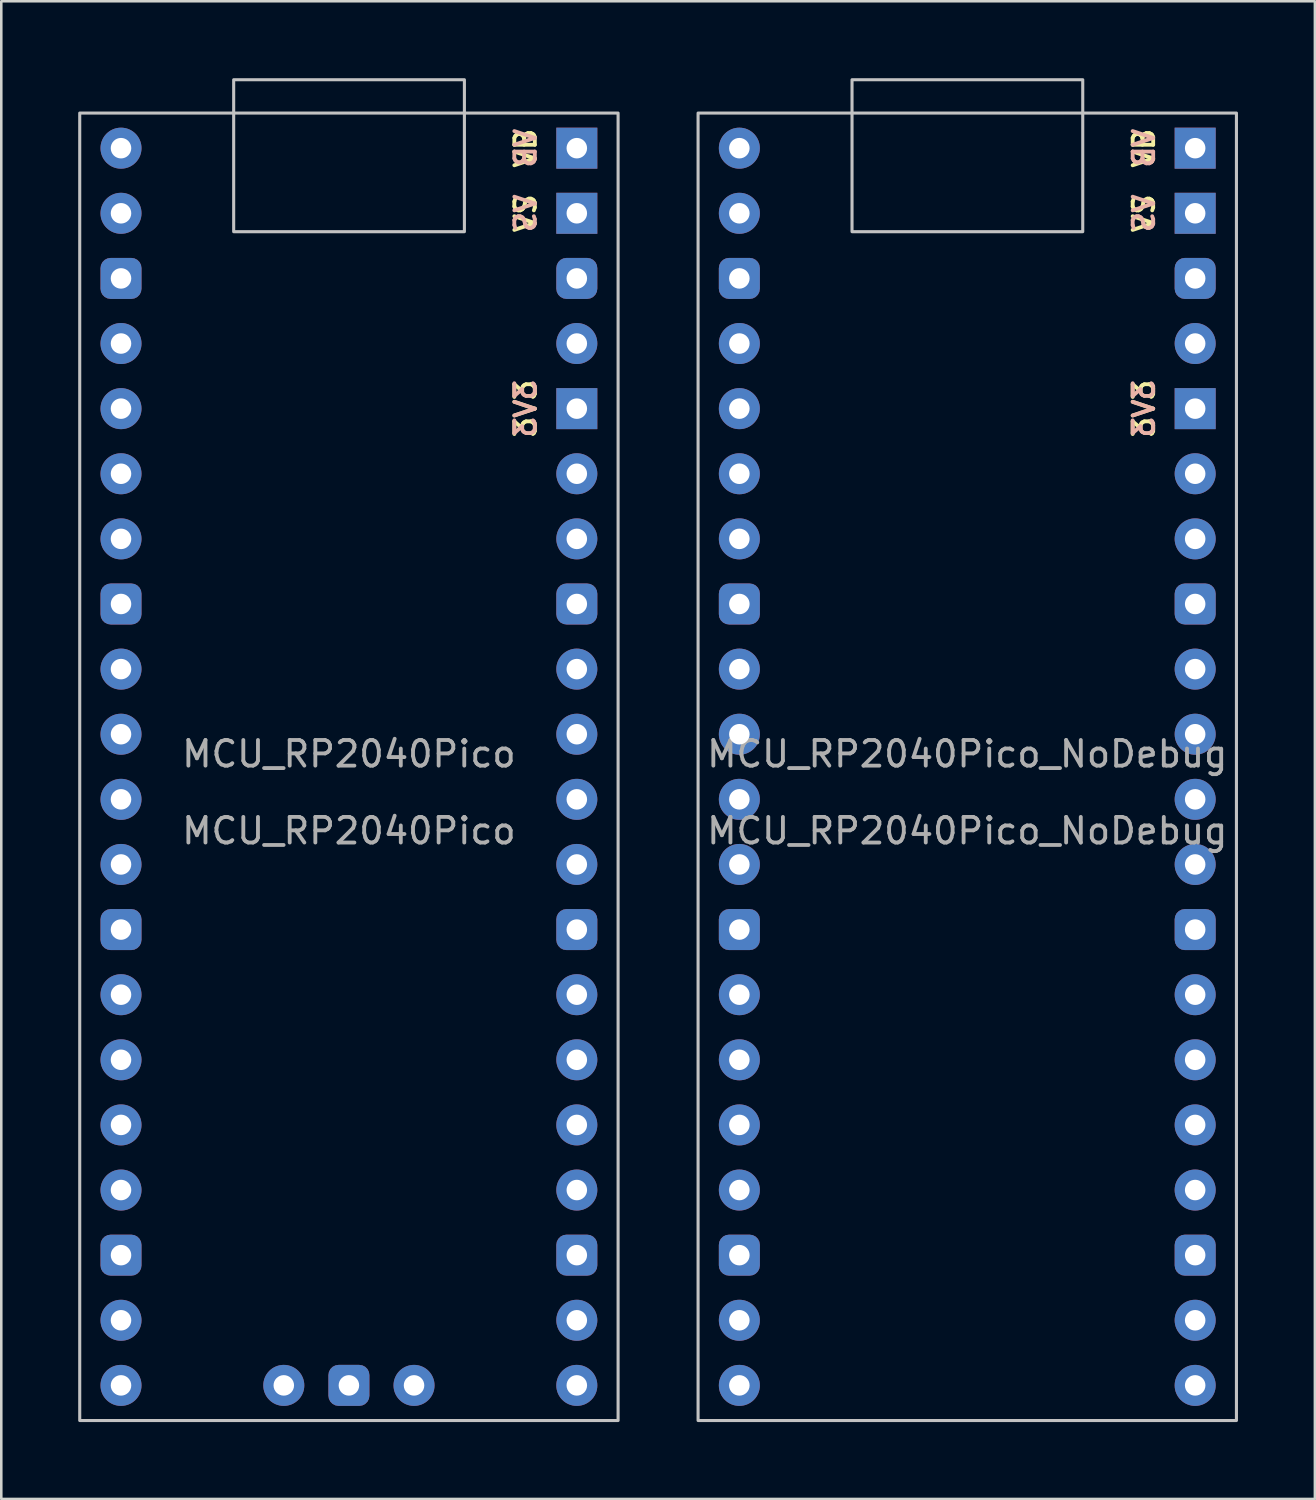
<source format=kicad_pcb>
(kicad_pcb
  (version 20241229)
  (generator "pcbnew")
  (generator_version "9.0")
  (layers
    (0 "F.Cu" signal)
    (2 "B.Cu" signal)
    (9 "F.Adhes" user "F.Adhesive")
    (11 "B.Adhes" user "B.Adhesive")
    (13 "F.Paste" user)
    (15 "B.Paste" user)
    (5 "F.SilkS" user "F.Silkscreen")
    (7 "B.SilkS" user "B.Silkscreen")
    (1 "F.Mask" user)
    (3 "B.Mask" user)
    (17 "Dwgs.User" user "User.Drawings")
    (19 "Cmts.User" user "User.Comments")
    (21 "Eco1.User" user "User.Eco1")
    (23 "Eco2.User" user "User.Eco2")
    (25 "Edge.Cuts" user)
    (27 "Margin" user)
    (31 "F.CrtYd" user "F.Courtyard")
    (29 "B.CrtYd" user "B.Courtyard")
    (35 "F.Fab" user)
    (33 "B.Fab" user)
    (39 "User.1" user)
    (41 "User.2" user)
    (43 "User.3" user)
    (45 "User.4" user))
  (footprint "MCU_RP2040Pico_NoDebug"
    (layer "F.Cu")
    (at 34.68 26.86)
    (property "Reference" "MCU_RP2040Pico_NoDebug" (at 0 -0.5 0) (unlocked yes) (layer "F.Fab") (effects (font (size 1 1) (thickness 0.15))))
    (attr through_hole)
    (fp_rect (start -10.5 -25.5) (end 10.5 25.5) (stroke (width 0.12) (type default)) (fill no) (layer "Dwgs.User"))
    (fp_rect (start -4.495 -20.872) (end 4.505 -26.8) (stroke (width 0.12) (type default)) (fill no) (layer "Dwgs.User"))
    (fp_text user "3V3" (at 6.89 -13.97 90) (layer "F.SilkS") (effects (font (size 0.8 0.8) (thickness 0.15))))
    (fp_text user "VB" (at 6.89 -24.13 90) (layer "F.SilkS") (effects (font (size 0.8 0.8) (thickness 0.15))))
    (fp_text user "VS" (at 6.89 -21.59 90) (layer "F.SilkS") (effects (font (size 0.8 0.8) (thickness 0.15))))
    (fp_text user "VS" (at 6.89 -21.59 270) (layer "B.SilkS") (effects (font (size 0.8 0.8) (thickness 0.15)) (justify mirror)))
    (fp_text user "3V3" (at 6.89 -13.97 270) (layer "B.SilkS") (effects (font (size 0.8 0.8) (thickness 0.15)) (justify mirror)))
    (fp_text user "VB" (at 6.89 -24.13 270) (layer "B.SilkS") (effects (font (size 0.8 0.8) (thickness 0.15)) (justify mirror)))
    (fp_text user "${REFERENCE}" (at 0 2.5 0) (unlocked yes) (layer "F.Fab") (effects (font (size 1 1) (thickness 0.15))))
    (pad "1" thru_hole circle (at -8.89 -24.13) (size 1.6 1.6) (drill 0.8) (layers "*.Cu" "*.Mask"))
    (pad "2" thru_hole circle (at -8.89 -21.59) (size 1.6 1.6) (drill 0.8) (layers "*.Cu" "*.Mask"))
    (pad "3" thru_hole roundrect (at -8.89 -19.05) (size 1.6 1.6) (drill 0.8) (layers "*.Cu" "*.Mask") (roundrect_rratio 0.25))
    (pad "4" thru_hole circle (at -8.89 -16.51) (size 1.6 1.6) (drill 0.8) (layers "*.Cu" "*.Mask"))
    (pad "5" thru_hole circle (at -8.89 -13.97) (size 1.6 1.6) (drill 0.8) (layers "*.Cu" "*.Mask"))
    (pad "6" thru_hole circle (at -8.89 -11.43) (size 1.6 1.6) (drill 0.8) (layers "*.Cu" "*.Mask"))
    (pad "7" thru_hole circle (at -8.89 -8.89) (size 1.6 1.6) (drill 0.8) (layers "*.Cu" "*.Mask"))
    (pad "8" thru_hole roundrect (at -8.89 -6.35) (size 1.6 1.6) (drill 0.8) (layers "*.Cu" "*.Mask") (roundrect_rratio 0.25))
    (pad "9" thru_hole circle (at -8.89 -3.81) (size 1.6 1.6) (drill 0.8) (layers "*.Cu" "*.Mask"))
    (pad "10" thru_hole circle (at -8.89 -1.27) (size 1.6 1.6) (drill 0.8) (layers "*.Cu" "*.Mask"))
    (pad "11" thru_hole circle (at -8.89 1.27) (size 1.6 1.6) (drill 0.8) (layers "*.Cu" "*.Mask"))
    (pad "12" thru_hole circle (at -8.89 3.81) (size 1.6 1.6) (drill 0.8) (layers "*.Cu" "*.Mask"))
    (pad "13" thru_hole roundrect (at -8.89 6.35) (size 1.6 1.6) (drill 0.8) (layers "*.Cu" "*.Mask") (roundrect_rratio 0.25))
    (pad "14" thru_hole circle (at -8.89 8.89) (size 1.6 1.6) (drill 0.8) (layers "*.Cu" "*.Mask"))
    (pad "15" thru_hole circle (at -8.89 11.43) (size 1.6 1.6) (drill 0.8) (layers "*.Cu" "*.Mask"))
    (pad "16" thru_hole circle (at -8.89 13.97) (size 1.6 1.6) (drill 0.8) (layers "*.Cu" "*.Mask"))
    (pad "17" thru_hole circle (at -8.89 16.51) (size 1.6 1.6) (drill 0.8) (layers "*.Cu" "*.Mask"))
    (pad "18" thru_hole roundrect (at -8.89 19.05) (size 1.6 1.6) (drill 0.8) (layers "*.Cu" "*.Mask") (roundrect_rratio 0.25))
    (pad "19" thru_hole circle (at -8.89 21.59) (size 1.6 1.6) (drill 0.8) (layers "*.Cu" "*.Mask"))
    (pad "20" thru_hole circle (at -8.89 24.13) (size 1.6 1.6) (drill 0.8) (layers "*.Cu" "*.Mask"))
    (pad "21" thru_hole circle (at 8.89 24.13) (size 1.6 1.6) (drill 0.8) (layers "*.Cu" "*.Mask"))
    (pad "22" thru_hole circle (at 8.89 21.59) (size 1.6 1.6) (drill 0.8) (layers "*.Cu" "*.Mask"))
    (pad "23" thru_hole roundrect (at 8.89 19.05) (size 1.6 1.6) (drill 0.8) (layers "*.Cu" "*.Mask") (roundrect_rratio 0.25))
    (pad "24" thru_hole circle (at 8.89 16.51) (size 1.6 1.6) (drill 0.8) (layers "*.Cu" "*.Mask"))
    (pad "25" thru_hole circle (at 8.89 13.97) (size 1.6 1.6) (drill 0.8) (layers "*.Cu" "*.Mask"))
    (pad "26" thru_hole circle (at 8.89 11.43) (size 1.6 1.6) (drill 0.8) (layers "*.Cu" "*.Mask"))
    (pad "27" thru_hole circle (at 8.89 8.89) (size 1.6 1.6) (drill 0.8) (layers "*.Cu" "*.Mask"))
    (pad "28" thru_hole roundrect (at 8.89 6.35) (size 1.6 1.6) (drill 0.8) (layers "*.Cu" "*.Mask") (roundrect_rratio 0.25))
    (pad "29" thru_hole circle (at 8.89 3.81) (size 1.6 1.6) (drill 0.8) (layers "*.Cu" "*.Mask"))
    (pad "30" thru_hole circle (at 8.89 1.27) (size 1.6 1.6) (drill 0.8) (layers "*.Cu" "*.Mask"))
    (pad "31" thru_hole circle (at 8.89 -1.27) (size 1.6 1.6) (drill 0.8) (layers "*.Cu" "*.Mask"))
    (pad "32" thru_hole circle (at 8.89 -3.81) (size 1.6 1.6) (drill 0.8) (layers "*.Cu" "*.Mask"))
    (pad "33" thru_hole roundrect (at 8.89 -6.35) (size 1.6 1.6) (drill 0.8) (layers "*.Cu" "*.Mask") (roundrect_rratio 0.25))
    (pad "34" thru_hole circle (at 8.89 -8.89) (size 1.6 1.6) (drill 0.8) (layers "*.Cu" "*.Mask"))
    (pad "35" thru_hole circle (at 8.89 -11.43) (size 1.6 1.6) (drill 0.8) (layers "*.Cu" "*.Mask"))
    (pad "36" thru_hole rect (at 8.89 -13.97) (size 1.6 1.6) (drill 0.8) (layers "*.Cu" "*.Mask"))
    (pad "37" thru_hole circle (at 8.89 -16.51) (size 1.6 1.6) (drill 0.8) (layers "*.Cu" "*.Mask"))
    (pad "38" thru_hole roundrect (at 8.89 -19.05) (size 1.6 1.6) (drill 0.8) (layers "*.Cu" "*.Mask") (roundrect_rratio 0.25))
    (pad "39" thru_hole rect (at 8.89 -21.59) (size 1.6 1.6) (drill 0.8) (layers "*.Cu" "*.Mask"))
    (pad "40" thru_hole rect (at 8.89 -24.13) (size 1.6 1.6) (drill 0.8) (layers "*.Cu" "*.Mask")))
  (footprint "MCU_RP2040Pico"
    (layer "F.Cu")
    (at 10.56 26.86)
    (property "Reference" "MCU_RP2040Pico" (at 0 -0.5 0) (unlocked yes) (layer "F.Fab") (effects (font (size 1 1) (thickness 0.15))))
    (attr through_hole)
    (fp_rect (start -10.5 -25.5) (end 10.5 25.5) (stroke (width 0.12) (type default)) (fill no) (layer "Dwgs.User"))
    (fp_rect (start -4.495 -20.872) (end 4.505 -26.8) (stroke (width 0.12) (type default)) (fill no) (layer "Dwgs.User"))
    (fp_text user "VS" (at 6.89 -21.59 90) (layer "F.SilkS") (effects (font (size 0.8 0.8) (thickness 0.15))))
    (fp_text user "VB" (at 6.89 -24.13 90) (layer "F.SilkS") (effects (font (size 0.8 0.8) (thickness 0.15))))
    (fp_text user "3V3" (at 6.89 -13.97 90) (layer "F.SilkS") (effects (font (size 0.8 0.8) (thickness 0.15))))
    (fp_text user "VB" (at 6.89 -24.13 270) (layer "B.SilkS") (effects (font (size 0.8 0.8) (thickness 0.15)) (justify mirror)))
    (fp_text user "VS" (at 6.89 -21.59 270) (layer "B.SilkS") (effects (font (size 0.8 0.8) (thickness 0.15)) (justify mirror)))
    (fp_text user "3V3" (at 6.89 -13.97 270) (layer "B.SilkS") (effects (font (size 0.8 0.8) (thickness 0.15)) (justify mirror)))
    (fp_text user "${REFERENCE}" (at 0 2.5 0) (unlocked yes) (layer "F.Fab") (effects (font (size 1 1) (thickness 0.15))))
    (pad "1" thru_hole circle (at -8.89 -24.13) (size 1.6 1.6) (drill 0.8) (layers "*.Cu" "*.Mask"))
    (pad "2" thru_hole circle (at -8.89 -21.59) (size 1.6 1.6) (drill 0.8) (layers "*.Cu" "*.Mask"))
    (pad "3" thru_hole roundrect (at -8.89 -19.05) (size 1.6 1.6) (drill 0.8) (layers "*.Cu" "*.Mask") (roundrect_rratio 0.25))
    (pad "4" thru_hole circle (at -8.89 -16.51) (size 1.6 1.6) (drill 0.8) (layers "*.Cu" "*.Mask"))
    (pad "5" thru_hole circle (at -8.89 -13.97) (size 1.6 1.6) (drill 0.8) (layers "*.Cu" "*.Mask"))
    (pad "6" thru_hole circle (at -8.89 -11.43) (size 1.6 1.6) (drill 0.8) (layers "*.Cu" "*.Mask"))
    (pad "7" thru_hole circle (at -8.89 -8.89) (size 1.6 1.6) (drill 0.8) (layers "*.Cu" "*.Mask"))
    (pad "8" thru_hole roundrect (at -8.89 -6.35) (size 1.6 1.6) (drill 0.8) (layers "*.Cu" "*.Mask") (roundrect_rratio 0.25))
    (pad "9" thru_hole circle (at -8.89 -3.81) (size 1.6 1.6) (drill 0.8) (layers "*.Cu" "*.Mask"))
    (pad "10" thru_hole circle (at -8.89 -1.27) (size 1.6 1.6) (drill 0.8) (layers "*.Cu" "*.Mask"))
    (pad "11" thru_hole circle (at -8.89 1.27) (size 1.6 1.6) (drill 0.8) (layers "*.Cu" "*.Mask"))
    (pad "12" thru_hole circle (at -8.89 3.81) (size 1.6 1.6) (drill 0.8) (layers "*.Cu" "*.Mask"))
    (pad "13" thru_hole roundrect (at -8.89 6.35) (size 1.6 1.6) (drill 0.8) (layers "*.Cu" "*.Mask") (roundrect_rratio 0.25))
    (pad "14" thru_hole circle (at -8.89 8.89) (size 1.6 1.6) (drill 0.8) (layers "*.Cu" "*.Mask"))
    (pad "15" thru_hole circle (at -8.89 11.43) (size 1.6 1.6) (drill 0.8) (layers "*.Cu" "*.Mask"))
    (pad "16" thru_hole circle (at -8.89 13.97) (size 1.6 1.6) (drill 0.8) (layers "*.Cu" "*.Mask"))
    (pad "17" thru_hole circle (at -8.89 16.51) (size 1.6 1.6) (drill 0.8) (layers "*.Cu" "*.Mask"))
    (pad "18" thru_hole roundrect (at -8.89 19.05) (size 1.6 1.6) (drill 0.8) (layers "*.Cu" "*.Mask") (roundrect_rratio 0.25))
    (pad "19" thru_hole circle (at -8.89 21.59) (size 1.6 1.6) (drill 0.8) (layers "*.Cu" "*.Mask"))
    (pad "20" thru_hole circle (at -8.89 24.13) (size 1.6 1.6) (drill 0.8) (layers "*.Cu" "*.Mask"))
    (pad "21" thru_hole circle (at 8.89 24.13) (size 1.6 1.6) (drill 0.8) (layers "*.Cu" "*.Mask"))
    (pad "22" thru_hole circle (at 8.89 21.59) (size 1.6 1.6) (drill 0.8) (layers "*.Cu" "*.Mask"))
    (pad "23" thru_hole roundrect (at 8.89 19.05) (size 1.6 1.6) (drill 0.8) (layers "*.Cu" "*.Mask") (roundrect_rratio 0.25))
    (pad "24" thru_hole circle (at 8.89 16.51) (size 1.6 1.6) (drill 0.8) (layers "*.Cu" "*.Mask"))
    (pad "25" thru_hole circle (at 8.89 13.97) (size 1.6 1.6) (drill 0.8) (layers "*.Cu" "*.Mask"))
    (pad "26" thru_hole circle (at 8.89 11.43) (size 1.6 1.6) (drill 0.8) (layers "*.Cu" "*.Mask"))
    (pad "27" thru_hole circle (at 8.89 8.89) (size 1.6 1.6) (drill 0.8) (layers "*.Cu" "*.Mask"))
    (pad "28" thru_hole roundrect (at 8.89 6.35) (size 1.6 1.6) (drill 0.8) (layers "*.Cu" "*.Mask") (roundrect_rratio 0.25))
    (pad "29" thru_hole circle (at 8.89 3.81) (size 1.6 1.6) (drill 0.8) (layers "*.Cu" "*.Mask"))
    (pad "30" thru_hole circle (at 8.89 1.27) (size 1.6 1.6) (drill 0.8) (layers "*.Cu" "*.Mask"))
    (pad "31" thru_hole circle (at 8.89 -1.27) (size 1.6 1.6) (drill 0.8) (layers "*.Cu" "*.Mask"))
    (pad "32" thru_hole circle (at 8.89 -3.81) (size 1.6 1.6) (drill 0.8) (layers "*.Cu" "*.Mask"))
    (pad "33" thru_hole roundrect (at 8.89 -6.35) (size 1.6 1.6) (drill 0.8) (layers "*.Cu" "*.Mask") (roundrect_rratio 0.25))
    (pad "34" thru_hole circle (at 8.89 -8.89) (size 1.6 1.6) (drill 0.8) (layers "*.Cu" "*.Mask"))
    (pad "35" thru_hole circle (at 8.89 -11.43) (size 1.6 1.6) (drill 0.8) (layers "*.Cu" "*.Mask"))
    (pad "36" thru_hole rect (at 8.89 -13.97) (size 1.6 1.6) (drill 0.8) (layers "*.Cu" "*.Mask"))
    (pad "37" thru_hole circle (at 8.89 -16.51) (size 1.6 1.6) (drill 0.8) (layers "*.Cu" "*.Mask"))
    (pad "38" thru_hole roundrect (at 8.89 -19.05) (size 1.6 1.6) (drill 0.8) (layers "*.Cu" "*.Mask") (roundrect_rratio 0.25))
    (pad "39" thru_hole rect (at 8.89 -21.59) (size 1.6 1.6) (drill 0.8) (layers "*.Cu" "*.Mask"))
    (pad "40" thru_hole rect (at 8.89 -24.13) (size 1.6 1.6) (drill 0.8) (layers "*.Cu" "*.Mask"))
    (pad "D1" thru_hole circle (at -2.54 24.13) (size 1.6 1.6) (drill 0.8) (layers "*.Cu" "*.Mask"))
    (pad "D2" thru_hole roundrect (at 0 24.13) (size 1.6 1.6) (drill 0.8) (layers "*.Cu" "*.Mask") (roundrect_rratio 0.25))
    (pad "D3" thru_hole circle (at 2.54 24.13) (size 1.6 1.6) (drill 0.8) (layers "*.Cu" "*.Mask")))
  (gr_rect
    (start -3 -3)
    (end 48.24 55.42)
    (stroke (width 0.1) (type default))
    (fill no)
    (layer "Edge.Cuts")))
</source>
